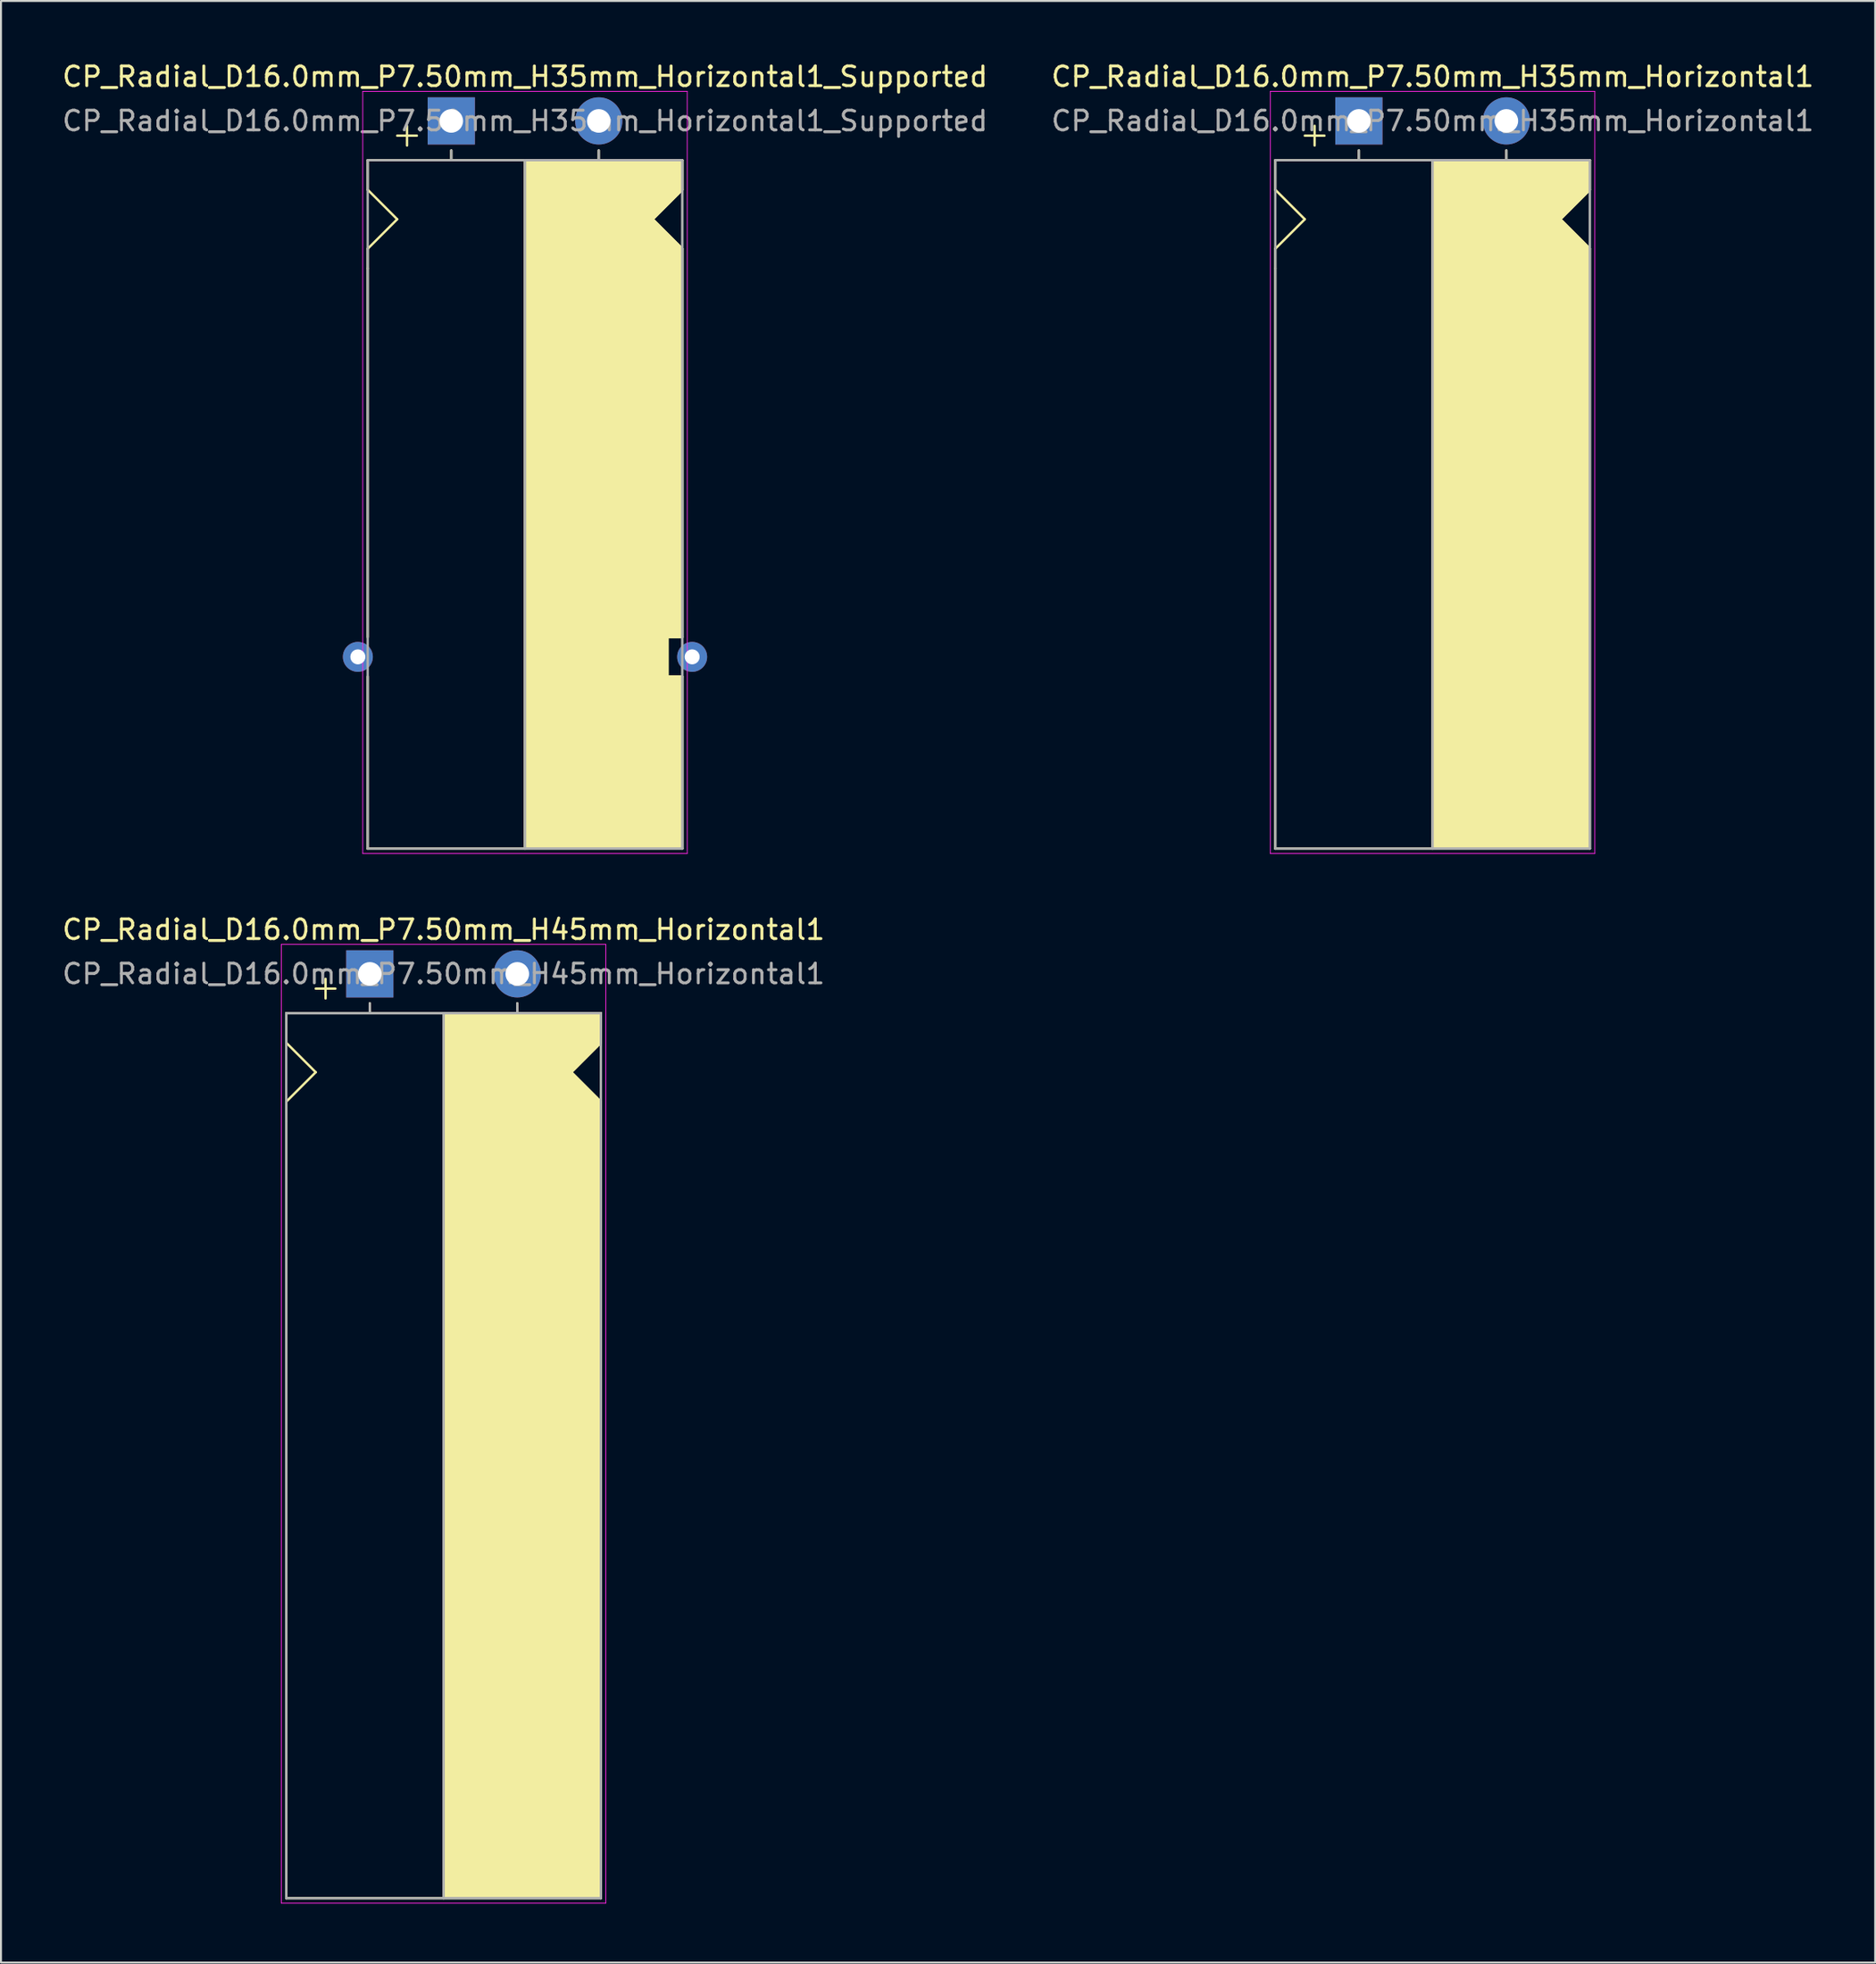
<source format=kicad_pcb>
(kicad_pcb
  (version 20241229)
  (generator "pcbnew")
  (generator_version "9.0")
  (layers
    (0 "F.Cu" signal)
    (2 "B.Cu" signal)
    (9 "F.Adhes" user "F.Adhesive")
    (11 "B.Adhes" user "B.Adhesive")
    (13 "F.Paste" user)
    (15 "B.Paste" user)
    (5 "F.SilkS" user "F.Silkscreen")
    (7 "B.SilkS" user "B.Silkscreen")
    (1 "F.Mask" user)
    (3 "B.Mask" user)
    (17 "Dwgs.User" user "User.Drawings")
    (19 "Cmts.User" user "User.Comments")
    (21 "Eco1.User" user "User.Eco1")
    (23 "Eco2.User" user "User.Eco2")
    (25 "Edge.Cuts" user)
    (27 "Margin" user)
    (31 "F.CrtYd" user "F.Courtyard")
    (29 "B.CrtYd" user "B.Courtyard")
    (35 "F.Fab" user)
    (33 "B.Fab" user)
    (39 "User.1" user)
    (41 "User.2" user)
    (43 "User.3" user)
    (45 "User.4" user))
  (footprint "CP_Radial_D16.0mm_P7.50mm_H35mm_Horizontal1_Supported"
    (layer "F.Cu")
    (at 19.899 3.098)
    (property "Reference" "CP_Radial_D16.0mm_P7.50mm_H35mm_Horizontal1_Supported" (at 3.75 -2.25 0) (layer "F.SilkS") (effects (font (size 1 1) (thickness 0.15))))
    (attr through_hole)
    (fp_line (start -4.25 2) (end -4.25 3.5) (stroke (width 0.12) (type solid)) (layer "F.SilkS"))
    (fp_line (start -4.25 3.5) (end -2.75 5) (stroke (width 0.12) (type solid)) (layer "F.SilkS"))
    (fp_line (start -4.25 6.5) (end -4.25 7.5) (stroke (width 0.12) (type solid)) (layer "F.SilkS"))
    (fp_line (start -4.25 7.5) (end -4.25 26.25) (stroke (width 0.12) (type solid)) (layer "F.SilkS"))
    (fp_line (start -4.25 28.25) (end -4.25 37) (stroke (width 0.12) (type solid)) (layer "F.SilkS"))
    (fp_line (start -2.75 5) (end -4.25 6.5) (stroke (width 0.12) (type solid)) (layer "F.SilkS"))
    (fp_line (start -2.25 0.25) (end -2.25 1.25) (stroke (width 0.12) (type solid)) (layer "F.SilkS"))
    (fp_line (start -1.75 0.75) (end -2.75 0.75) (stroke (width 0.12) (type solid)) (layer "F.SilkS"))
    (fp_line (start 0 1.5) (end 0 2) (stroke (width 0.12) (type solid)) (layer "F.SilkS"))
    (fp_line (start 3.75 2) (end -4.25 2) (stroke (width 0.12) (type solid)) (layer "F.SilkS"))
    (fp_line (start 3.75 2) (end 3.75 37) (stroke (width 0.12) (type solid)) (layer "F.SilkS"))
    (fp_line (start 3.75 2) (end 11.75 2) (stroke (width 0.12) (type solid)) (layer "F.SilkS"))
    (fp_line (start 7.5 1.5) (end 7.5 2) (stroke (width 0.12) (type solid)) (layer "F.SilkS"))
    (fp_line (start 10.25 5) (end 11.75 6.5) (stroke (width 0.12) (type solid)) (layer "F.SilkS"))
    (fp_line (start 11 26.25) (end 11.75 26.25) (stroke (width 0.12) (type solid)) (layer "F.SilkS"))
    (fp_line (start 11 28.25) (end 11 26.25) (stroke (width 0.12) (type solid)) (layer "F.SilkS"))
    (fp_line (start 11.75 2) (end 11.75 3.5) (stroke (width 0.12) (type solid)) (layer "F.SilkS"))
    (fp_line (start 11.75 3.5) (end 10.25 5) (stroke (width 0.12) (type solid)) (layer "F.SilkS"))
    (fp_line (start 11.75 26.25) (end 11.75 6.5) (stroke (width 0.12) (type solid)) (layer "F.SilkS"))
    (fp_line (start 11.75 28.25) (end 11 28.25) (stroke (width 0.12) (type solid)) (layer "F.SilkS"))
    (fp_line (start 11.75 37) (end -4.25 37) (stroke (width 0.12) (type solid)) (layer "F.SilkS"))
    (fp_line (start 11.75 37) (end 11.75 28.25) (stroke (width 0.12) (type solid)) (layer "F.SilkS"))
    (fp_poly (pts (xy 11.75 3.5) (xy 10.25 5) (xy 11.75 6.5) (xy 11.75 26.25) (xy 11 26.25) (xy 11 28.25) (xy 11.75 28.25) (xy 11.75 37) (xy 3.75 37) (xy 3.75 2) (xy 11.75 2)) (stroke (width 0.1) (type solid)) (fill yes) (layer "F.SilkS"))
    (fp_line (start -4.5 -1.5) (end 12 -1.5) (stroke (width 0.04) (type solid)) (layer "F.CrtYd"))
    (fp_line (start -4.5 37.25) (end -4.5 -1.5) (stroke (width 0.04) (type solid)) (layer "F.CrtYd"))
    (fp_line (start 12 -1.5) (end 12 37.25) (stroke (width 0.04) (type solid)) (layer "F.CrtYd"))
    (fp_line (start 12 37.25) (end -4.5 37.25) (stroke (width 0.04) (type solid)) (layer "F.CrtYd"))
    (fp_line (start -4.25 2) (end -4.25 37) (stroke (width 0.12) (type solid)) (layer "F.Fab"))
    (fp_line (start -4.25 37) (end 11.75 37) (stroke (width 0.12) (type solid)) (layer "F.Fab"))
    (fp_line (start 0 1.5) (end 0 2) (stroke (width 0.12) (type solid)) (layer "F.Fab"))
    (fp_line (start 0 2) (end -4.25 2) (stroke (width 0.12) (type solid)) (layer "F.Fab"))
    (fp_line (start 3.75 2) (end 3.75 37) (stroke (width 0.12) (type solid)) (layer "F.Fab"))
    (fp_line (start 7.5 1.5) (end 7.5 2) (stroke (width 0.12) (type solid)) (layer "F.Fab"))
    (fp_line (start 11.75 2) (end 0 2) (stroke (width 0.12) (type solid)) (layer "F.Fab"))
    (fp_line (start 11.75 37) (end 11.75 2) (stroke (width 0.12) (type solid)) (layer "F.Fab"))
    (fp_poly (pts (xy 11.75 37) (xy 3.75 37) (xy 3.75 2) (xy 11.75 2)) (stroke (width 0.1) (type solid)) (fill no) (layer "F.Fab"))
    (fp_text user "${REFERENCE}" (at 3.75 0 0) (layer "F.Fab") (effects (font (size 1 1) (thickness 0.15))))
    (pad "" thru_hole circle (at -4.75 27.25) (size 1.524 1.524) (drill 0.762) (layers "*.Cu" "*.Mask"))
    (pad "" thru_hole circle (at 12.25 27.25) (size 1.524 1.524) (drill 0.762) (layers "*.Cu" "*.Mask"))
    (pad "1" thru_hole rect (at 0 0) (size 2.4 2.4) (drill 1.2) (layers "*.Cu" "*.Mask"))
    (pad "2" thru_hole circle (at 7.5 0) (size 2.4 2.4) (drill 1.2) (layers "*.Cu" "*.Mask")))
  (footprint "CP_Radial_D16.0mm_P7.50mm_H35mm_Horizontal1"
    (layer "F.Cu")
    (at 66.054 3.098)
    (property "Reference" "CP_Radial_D16.0mm_P7.50mm_H35mm_Horizontal1" (at 3.75 -2.25 0) (layer "F.SilkS") (effects (font (size 1 1) (thickness 0.15))))
    (attr through_hole)
    (fp_line (start -4.25 2) (end -4.25 3.5) (stroke (width 0.12) (type solid)) (layer "F.SilkS"))
    (fp_line (start -4.25 3.5) (end -2.75 5) (stroke (width 0.12) (type solid)) (layer "F.SilkS"))
    (fp_line (start -4.25 6.5) (end -4.25 7.5) (stroke (width 0.12) (type solid)) (layer "F.SilkS"))
    (fp_line (start -4.25 7.5) (end -4.25 37) (stroke (width 0.12) (type solid)) (layer "F.SilkS"))
    (fp_line (start -2.75 5) (end -4.25 6.5) (stroke (width 0.12) (type solid)) (layer "F.SilkS"))
    (fp_line (start -2.25 0.25) (end -2.25 1.25) (stroke (width 0.12) (type solid)) (layer "F.SilkS"))
    (fp_line (start -1.75 0.75) (end -2.75 0.75) (stroke (width 0.12) (type solid)) (layer "F.SilkS"))
    (fp_line (start 0 1.5) (end 0 2) (stroke (width 0.12) (type solid)) (layer "F.SilkS"))
    (fp_line (start 3.75 2) (end -4.25 2) (stroke (width 0.12) (type solid)) (layer "F.SilkS"))
    (fp_line (start 3.75 2) (end 3.75 37) (stroke (width 0.12) (type solid)) (layer "F.SilkS"))
    (fp_line (start 3.75 2) (end 11.75 2) (stroke (width 0.12) (type solid)) (layer "F.SilkS"))
    (fp_line (start 7.5 1.5) (end 7.5 2) (stroke (width 0.12) (type solid)) (layer "F.SilkS"))
    (fp_line (start 10.25 5) (end 11.75 6.5) (stroke (width 0.12) (type solid)) (layer "F.SilkS"))
    (fp_line (start 11.75 2) (end 11.75 3.5) (stroke (width 0.12) (type solid)) (layer "F.SilkS"))
    (fp_line (start 11.75 3.5) (end 10.25 5) (stroke (width 0.12) (type solid)) (layer "F.SilkS"))
    (fp_line (start 11.75 37) (end -4.25 37) (stroke (width 0.12) (type solid)) (layer "F.SilkS"))
    (fp_line (start 11.75 37) (end 11.75 6.5) (stroke (width 0.12) (type solid)) (layer "F.SilkS"))
    (fp_poly (pts (xy 11.75 3.5) (xy 10.25 5) (xy 11.75 6.5) (xy 11.75 37) (xy 3.75 37) (xy 3.75 2) (xy 11.75 2)) (stroke (width 0.1) (type solid)) (fill yes) (layer "F.SilkS"))
    (fp_line (start -4.5 -1.5) (end 12 -1.5) (stroke (width 0.04) (type solid)) (layer "F.CrtYd"))
    (fp_line (start -4.5 37.25) (end -4.5 -1.5) (stroke (width 0.04) (type solid)) (layer "F.CrtYd"))
    (fp_line (start 12 -1.5) (end 12 37.25) (stroke (width 0.04) (type solid)) (layer "F.CrtYd"))
    (fp_line (start 12 37.25) (end -4.5 37.25) (stroke (width 0.04) (type solid)) (layer "F.CrtYd"))
    (fp_line (start -4.25 2) (end -4.25 37) (stroke (width 0.12) (type solid)) (layer "F.Fab"))
    (fp_line (start -4.25 37) (end 11.75 37) (stroke (width 0.12) (type solid)) (layer "F.Fab"))
    (fp_line (start 0 1.5) (end 0 2) (stroke (width 0.12) (type solid)) (layer "F.Fab"))
    (fp_line (start 0 2) (end -4.25 2) (stroke (width 0.12) (type solid)) (layer "F.Fab"))
    (fp_line (start 3.75 2) (end 3.75 37) (stroke (width 0.12) (type solid)) (layer "F.Fab"))
    (fp_line (start 7.5 1.5) (end 7.5 2) (stroke (width 0.12) (type solid)) (layer "F.Fab"))
    (fp_line (start 11.75 2) (end 0 2) (stroke (width 0.12) (type solid)) (layer "F.Fab"))
    (fp_line (start 11.75 37) (end 11.75 2) (stroke (width 0.12) (type solid)) (layer "F.Fab"))
    (fp_poly (pts (xy 11.75 37) (xy 3.75 37) (xy 3.75 2) (xy 11.75 2)) (stroke (width 0.1) (type solid)) (fill no) (layer "F.Fab"))
    (fp_text user "${REFERENCE}" (at 3.75 0 0) (layer "F.Fab") (effects (font (size 1 1) (thickness 0.15))))
    (pad "1" thru_hole rect (at 0 0) (size 2.4 2.4) (drill 1.2) (layers "*.Cu" "*.Mask"))
    (pad "2" thru_hole circle (at 7.5 0) (size 2.4 2.4) (drill 1.2) (layers "*.Cu" "*.Mask")))
  (footprint "CP_Radial_D16.0mm_P7.50mm_H45mm_Horizontal1"
    (layer "F.Cu")
    (at 15.756 46.467)
    (property "Reference" "CP_Radial_D16.0mm_P7.50mm_H45mm_Horizontal1" (at 3.75 -2.25 0) (layer "F.SilkS") (effects (font (size 1 1) (thickness 0.15))))
    (attr through_hole)
    (fp_line (start -4.25 2) (end -4.25 3.5) (stroke (width 0.12) (type solid)) (layer "F.SilkS"))
    (fp_line (start -4.25 3.5) (end -2.75 5) (stroke (width 0.12) (type solid)) (layer "F.SilkS"))
    (fp_line (start -4.25 6.5) (end -4.25 7.5) (stroke (width 0.12) (type solid)) (layer "F.SilkS"))
    (fp_line (start -4.25 7.5) (end -4.25 47) (stroke (width 0.12) (type solid)) (layer "F.SilkS"))
    (fp_line (start -2.75 5) (end -4.25 6.5) (stroke (width 0.12) (type solid)) (layer "F.SilkS"))
    (fp_line (start -2.25 0.25) (end -2.25 1.25) (stroke (width 0.12) (type solid)) (layer "F.SilkS"))
    (fp_line (start -1.75 0.75) (end -2.75 0.75) (stroke (width 0.12) (type solid)) (layer "F.SilkS"))
    (fp_line (start 0 1.5) (end 0 2) (stroke (width 0.12) (type solid)) (layer "F.SilkS"))
    (fp_line (start 3.75 2) (end -4.25 2) (stroke (width 0.12) (type solid)) (layer "F.SilkS"))
    (fp_line (start 3.75 2) (end 3.75 47) (stroke (width 0.12) (type solid)) (layer "F.SilkS"))
    (fp_line (start 3.75 2) (end 11.75 2) (stroke (width 0.12) (type solid)) (layer "F.SilkS"))
    (fp_line (start 7.5 1.5) (end 7.5 2) (stroke (width 0.12) (type solid)) (layer "F.SilkS"))
    (fp_line (start 10.25 5) (end 11.75 6.5) (stroke (width 0.12) (type solid)) (layer "F.SilkS"))
    (fp_line (start 11.75 2) (end 11.75 3.5) (stroke (width 0.12) (type solid)) (layer "F.SilkS"))
    (fp_line (start 11.75 3.5) (end 10.25 5) (stroke (width 0.12) (type solid)) (layer "F.SilkS"))
    (fp_line (start 11.75 47) (end -4.25 47) (stroke (width 0.12) (type solid)) (layer "F.SilkS"))
    (fp_line (start 11.75 47) (end 11.75 6.5) (stroke (width 0.12) (type solid)) (layer "F.SilkS"))
    (fp_poly (pts (xy 11.75 3.5) (xy 10.25 5) (xy 11.75 6.5) (xy 11.75 47) (xy 3.75 47) (xy 3.75 2) (xy 11.75 2)) (stroke (width 0.1) (type solid)) (fill yes) (layer "F.SilkS"))
    (fp_line (start -4.5 -1.5) (end 12 -1.5) (stroke (width 0.04) (type solid)) (layer "F.CrtYd"))
    (fp_line (start -4.5 47.25) (end -4.5 -1.5) (stroke (width 0.04) (type solid)) (layer "F.CrtYd"))
    (fp_line (start 12 -1.5) (end 12 47.25) (stroke (width 0.04) (type solid)) (layer "F.CrtYd"))
    (fp_line (start 12 47.25) (end -4.5 47.25) (stroke (width 0.04) (type solid)) (layer "F.CrtYd"))
    (fp_line (start -4.25 2) (end -4.25 47) (stroke (width 0.12) (type solid)) (layer "F.Fab"))
    (fp_line (start -4.25 47) (end 11.75 47) (stroke (width 0.12) (type solid)) (layer "F.Fab"))
    (fp_line (start 0 1.5) (end 0 2) (stroke (width 0.12) (type solid)) (layer "F.Fab"))
    (fp_line (start 0 2) (end -4.25 2) (stroke (width 0.12) (type solid)) (layer "F.Fab"))
    (fp_line (start 3.75 2) (end 3.75 47) (stroke (width 0.12) (type solid)) (layer "F.Fab"))
    (fp_line (start 7.5 1.5) (end 7.5 2) (stroke (width 0.12) (type solid)) (layer "F.Fab"))
    (fp_line (start 11.75 2) (end 0 2) (stroke (width 0.12) (type solid)) (layer "F.Fab"))
    (fp_line (start 11.75 47) (end 11.75 2) (stroke (width 0.12) (type solid)) (layer "F.Fab"))
    (fp_poly (pts (xy 11.75 47) (xy 3.75 47) (xy 3.75 2) (xy 11.75 2)) (stroke (width 0.1) (type solid)) (fill no) (layer "F.Fab"))
    (fp_text user "${REFERENCE}" (at 3.75 0 0) (layer "F.Fab") (effects (font (size 1 1) (thickness 0.15))))
    (pad "1" thru_hole rect (at 0 0) (size 2.4 2.4) (drill 1.2) (layers "*.Cu" "*.Mask"))
    (pad "2" thru_hole circle (at 7.5 0) (size 2.4 2.4) (drill 1.2) (layers "*.Cu" "*.Mask")))
  (gr_rect
    (start -3 -3)
    (end 92.31 96.737)
    (stroke (width 0.1) (type default))
    (fill no)
    (layer "Edge.Cuts")))
</source>
